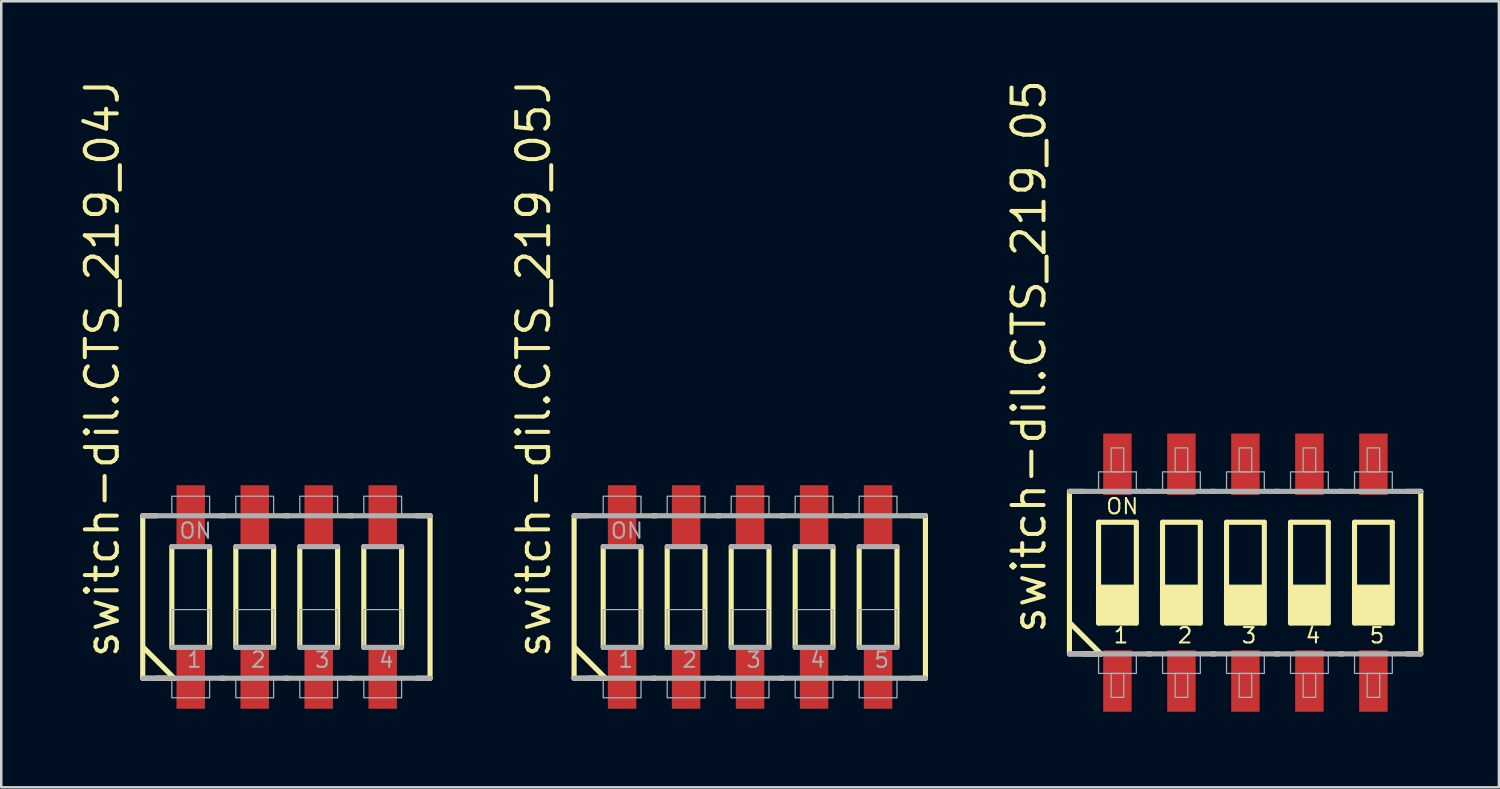
<source format=kicad_pcb>
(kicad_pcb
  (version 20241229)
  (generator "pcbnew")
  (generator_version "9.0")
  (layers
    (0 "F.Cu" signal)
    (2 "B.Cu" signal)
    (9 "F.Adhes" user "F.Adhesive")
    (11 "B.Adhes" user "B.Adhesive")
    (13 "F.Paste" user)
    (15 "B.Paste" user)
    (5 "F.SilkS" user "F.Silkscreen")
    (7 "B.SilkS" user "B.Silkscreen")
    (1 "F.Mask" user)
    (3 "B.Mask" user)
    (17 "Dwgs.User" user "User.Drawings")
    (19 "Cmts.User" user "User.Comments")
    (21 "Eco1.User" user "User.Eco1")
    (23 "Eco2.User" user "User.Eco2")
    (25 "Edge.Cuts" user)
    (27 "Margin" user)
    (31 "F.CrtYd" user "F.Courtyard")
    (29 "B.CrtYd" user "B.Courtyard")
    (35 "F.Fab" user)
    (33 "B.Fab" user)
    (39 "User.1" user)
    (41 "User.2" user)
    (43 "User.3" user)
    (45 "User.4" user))
  (footprint "switch-dil.CTS_219_05"
    (layer "F.Cu")
    (at 46.383 19.679)
    (property "Reference" "switch-dil.CTS_219_05" (at -7.85 2.5 90) (layer "F.SilkS") (effects (font (size 1.27 1.27) (thickness 0.16)) (justify left bottom)))
    (attr smd)
    (fp_line (start -6.985 -3.225) (end -6.43 -3.225) (stroke (width 0.203) (type default)) (layer "F.SilkS"))
    (fp_line (start -6.985 3.225) (end -6.985 -3.225) (stroke (width 0.203) (type default)) (layer "F.SilkS"))
    (fp_line (start -6.96 2) (end -5.735 3.225) (stroke (width 0.203) (type default)) (layer "F.SilkS"))
    (fp_line (start -6.43 3.225) (end -5.735 3.225) (stroke (width 0.203) (type default)) (layer "F.SilkS"))
    (fp_line (start -5.83 -2) (end -4.33 -2) (stroke (width 0.203) (type default)) (layer "F.SilkS"))
    (fp_line (start -5.83 2) (end -5.83 -2) (stroke (width 0.203) (type default)) (layer "F.SilkS"))
    (fp_line (start -5.735 3.225) (end -6.985 3.225) (stroke (width 0.203) (type default)) (layer "F.SilkS"))
    (fp_line (start -4.33 -2) (end -4.33 2) (stroke (width 0.203) (type default)) (layer "F.SilkS"))
    (fp_line (start -4.33 2) (end -5.83 2) (stroke (width 0.203) (type default)) (layer "F.SilkS"))
    (fp_line (start -3.89 3.225) (end -3.755 3.225) (stroke (width 0.203) (type default)) (layer "F.SilkS"))
    (fp_line (start -3.755 -3.225) (end -3.89 -3.225) (stroke (width 0.203) (type default)) (layer "F.SilkS"))
    (fp_line (start -3.29 -2) (end -1.79 -2) (stroke (width 0.203) (type default)) (layer "F.SilkS"))
    (fp_line (start -3.29 2) (end -3.29 -2) (stroke (width 0.203) (type default)) (layer "F.SilkS"))
    (fp_line (start -1.79 -2) (end -1.79 2) (stroke (width 0.203) (type default)) (layer "F.SilkS"))
    (fp_line (start -1.79 2) (end -3.29 2) (stroke (width 0.203) (type default)) (layer "F.SilkS"))
    (fp_line (start -1.35 3.225) (end -1.215 3.225) (stroke (width 0.203) (type default)) (layer "F.SilkS"))
    (fp_line (start -1.215 -3.225) (end -1.35 -3.225) (stroke (width 0.203) (type default)) (layer "F.SilkS"))
    (fp_line (start -0.75 -2) (end 0.75 -2) (stroke (width 0.203) (type default)) (layer "F.SilkS"))
    (fp_line (start -0.75 2) (end -0.75 -2) (stroke (width 0.203) (type default)) (layer "F.SilkS"))
    (fp_line (start 0.75 -2) (end 0.75 2) (stroke (width 0.203) (type default)) (layer "F.SilkS"))
    (fp_line (start 0.75 2) (end -0.75 2) (stroke (width 0.203) (type default)) (layer "F.SilkS"))
    (fp_line (start 1.19 3.225) (end 1.325 3.225) (stroke (width 0.203) (type default)) (layer "F.SilkS"))
    (fp_line (start 1.325 -3.225) (end 1.19 -3.225) (stroke (width 0.203) (type default)) (layer "F.SilkS"))
    (fp_line (start 1.79 -2) (end 3.29 -2) (stroke (width 0.203) (type default)) (layer "F.SilkS"))
    (fp_line (start 1.79 2) (end 1.79 -2) (stroke (width 0.203) (type default)) (layer "F.SilkS"))
    (fp_line (start 3.29 -2) (end 3.29 2) (stroke (width 0.203) (type default)) (layer "F.SilkS"))
    (fp_line (start 3.29 2) (end 1.79 2) (stroke (width 0.203) (type default)) (layer "F.SilkS"))
    (fp_line (start 3.73 3.225) (end 3.865 3.225) (stroke (width 0.203) (type default)) (layer "F.SilkS"))
    (fp_line (start 3.865 -3.225) (end 3.73 -3.225) (stroke (width 0.203) (type default)) (layer "F.SilkS"))
    (fp_line (start 4.33 -2) (end 5.83 -2) (stroke (width 0.203) (type default)) (layer "F.SilkS"))
    (fp_line (start 4.33 2) (end 4.33 -2) (stroke (width 0.203) (type default)) (layer "F.SilkS"))
    (fp_line (start 5.83 -2) (end 5.83 2) (stroke (width 0.203) (type default)) (layer "F.SilkS"))
    (fp_line (start 5.83 2) (end 4.33 2) (stroke (width 0.203) (type default)) (layer "F.SilkS"))
    (fp_line (start 6.405 -3.225) (end 6.96 -3.225) (stroke (width 0.203) (type default)) (layer "F.SilkS"))
    (fp_line (start 6.96 -3.225) (end 6.96 3.225) (stroke (width 0.203) (type default)) (layer "F.SilkS"))
    (fp_line (start 6.96 3.225) (end 6.405 3.225) (stroke (width 0.203) (type default)) (layer "F.SilkS"))
    (fp_rect (start -5.83 2) (end -4.33 0.5) (stroke (width 0.05) (type default)) (fill yes) (layer "F.SilkS"))
    (fp_rect (start -3.29 2) (end -1.79 0.5) (stroke (width 0.05) (type default)) (fill yes) (layer "F.SilkS"))
    (fp_rect (start -0.75 2) (end 0.75 0.5) (stroke (width 0.05) (type default)) (fill yes) (layer "F.SilkS"))
    (fp_rect (start 1.79 2) (end 3.29 0.5) (stroke (width 0.05) (type default)) (fill yes) (layer "F.SilkS"))
    (fp_rect (start 4.33 2) (end 5.83 0.5) (stroke (width 0.05) (type default)) (fill yes) (layer "F.SilkS"))
    (fp_line (start -6.985 -3.225) (end 6.96 -3.225) (stroke (width 0.203) (type default)) (layer "F.Fab"))
    (fp_line (start 6.96 3.225) (end -6.985 3.225) (stroke (width 0.203) (type default)) (layer "F.Fab"))
    (fp_rect (start -5.83 -3.25) (end -4.33 -4) (stroke (width 0.05) (type default)) (fill no) (layer "F.Fab"))
    (fp_rect (start -5.83 4) (end -4.33 3.25) (stroke (width 0.05) (type default)) (fill no) (layer "F.Fab"))
    (fp_rect (start -5.33 -4) (end -4.83 -4.95) (stroke (width 0.05) (type default)) (fill no) (layer "F.Fab"))
    (fp_rect (start -5.33 4.95) (end -4.83 4) (stroke (width 0.05) (type default)) (fill no) (layer "F.Fab"))
    (fp_rect (start -3.29 -3.25) (end -1.79 -4) (stroke (width 0.05) (type default)) (fill no) (layer "F.Fab"))
    (fp_rect (start -3.29 4) (end -1.79 3.25) (stroke (width 0.05) (type default)) (fill no) (layer "F.Fab"))
    (fp_rect (start -2.79 -4) (end -2.29 -4.95) (stroke (width 0.05) (type default)) (fill no) (layer "F.Fab"))
    (fp_rect (start -2.79 4.95) (end -2.29 4) (stroke (width 0.05) (type default)) (fill no) (layer "F.Fab"))
    (fp_rect (start -0.75 -3.25) (end 0.75 -4) (stroke (width 0.05) (type default)) (fill no) (layer "F.Fab"))
    (fp_rect (start -0.75 4) (end 0.75 3.25) (stroke (width 0.05) (type default)) (fill no) (layer "F.Fab"))
    (fp_rect (start -0.25 -4) (end 0.25 -4.95) (stroke (width 0.05) (type default)) (fill no) (layer "F.Fab"))
    (fp_rect (start -0.25 4.95) (end 0.25 4) (stroke (width 0.05) (type default)) (fill no) (layer "F.Fab"))
    (fp_rect (start 1.79 -3.25) (end 3.29 -4) (stroke (width 0.05) (type default)) (fill no) (layer "F.Fab"))
    (fp_rect (start 1.79 4) (end 3.29 3.25) (stroke (width 0.05) (type default)) (fill no) (layer "F.Fab"))
    (fp_rect (start 2.29 -4) (end 2.79 -4.95) (stroke (width 0.05) (type default)) (fill no) (layer "F.Fab"))
    (fp_rect (start 2.29 4.95) (end 2.79 4) (stroke (width 0.05) (type default)) (fill no) (layer "F.Fab"))
    (fp_rect (start 4.33 -3.25) (end 5.83 -4) (stroke (width 0.05) (type default)) (fill no) (layer "F.Fab"))
    (fp_rect (start 4.33 4) (end 5.83 3.25) (stroke (width 0.05) (type default)) (fill no) (layer "F.Fab"))
    (fp_rect (start 4.83 -4) (end 5.33 -4.95) (stroke (width 0.05) (type default)) (fill no) (layer "F.Fab"))
    (fp_rect (start 4.83 4.95) (end 5.33 4) (stroke (width 0.05) (type default)) (fill no) (layer "F.Fab"))
    (fp_text user "ON" (at -5.58 -2.275 0) (layer "F.SilkS") (effects (font (size 0.61 0.61) (thickness 0.08)) (justify left bottom)))
    (fp_text user "4" (at 2.34 2.85 0) (layer "F.SilkS") (effects (font (size 0.61 0.61) (thickness 0.08)) (justify left bottom)))
    (fp_text user "2" (at -2.74 2.85 0) (layer "F.SilkS") (effects (font (size 0.61 0.61) (thickness 0.08)) (justify left bottom)))
    (fp_text user "3" (at -0.2 2.85 0) (layer "F.SilkS") (effects (font (size 0.61 0.61) (thickness 0.08)) (justify left bottom)))
    (fp_text user "5" (at 4.88 2.85 0) (layer "F.SilkS") (effects (font (size 0.61 0.61) (thickness 0.08)) (justify left bottom)))
    (fp_text user "1" (at -5.28 2.85 0) (layer "F.SilkS") (effects (font (size 0.61 0.61) (thickness 0.08)) (justify left bottom)))
    (pad "1" smd roundrect (at -5.08 4.3) (size 1.13 2.44) (layers "F.Cu" "F.Mask" "F.Paste") (roundrect_rratio 0.01))
    (pad "2" smd roundrect (at -2.54 4.3) (size 1.13 2.44) (layers "F.Cu" "F.Mask" "F.Paste") (roundrect_rratio 0.01))
    (pad "3" smd roundrect (at 0 4.3) (size 1.13 2.44) (layers "F.Cu" "F.Mask" "F.Paste") (roundrect_rratio 0.01))
    (pad "4" smd roundrect (at 2.54 4.3) (size 1.13 2.44) (layers "F.Cu" "F.Mask" "F.Paste") (roundrect_rratio 0.01))
    (pad "5" smd roundrect (at 5.08 4.3) (size 1.13 2.44) (layers "F.Cu" "F.Mask" "F.Paste") (roundrect_rratio 0.01))
    (pad "6" smd roundrect (at 5.08 -4.3 180) (size 1.13 2.44) (layers "F.Cu" "F.Mask" "F.Paste") (roundrect_rratio 0.01))
    (pad "7" smd roundrect (at 2.54 -4.3 180) (size 1.13 2.44) (layers "F.Cu" "F.Mask" "F.Paste") (roundrect_rratio 0.01))
    (pad "8" smd roundrect (at 0 -4.3 180) (size 1.13 2.44) (layers "F.Cu" "F.Mask" "F.Paste") (roundrect_rratio 0.01))
    (pad "9" smd roundrect (at -2.54 -4.3 180) (size 1.13 2.44) (layers "F.Cu" "F.Mask" "F.Paste") (roundrect_rratio 0.01))
    (pad "10" smd roundrect (at -5.08 -4.3 180) (size 1.13 2.44) (layers "F.Cu" "F.Mask" "F.Paste") (roundrect_rratio 0.01)))
  (footprint "switch-dil.CTS_219_05J"
    (layer "F.Cu")
    (at 26.722 20.646)
    (property "Reference" "switch-dil.CTS_219_05J" (at -7.85 2.5 90) (layer "F.SilkS") (effects (font (size 1.27 1.27) (thickness 0.16)) (justify left bottom)))
    (attr smd)
    (fp_line (start -6.985 -3.225) (end -6.43 -3.225) (stroke (width 0.203) (type default)) (layer "F.SilkS"))
    (fp_line (start -6.985 3.225) (end -6.985 -3.225) (stroke (width 0.203) (type default)) (layer "F.SilkS"))
    (fp_line (start -6.96 2) (end -5.735 3.225) (stroke (width 0.203) (type default)) (layer "F.SilkS"))
    (fp_line (start -6.43 3.225) (end -5.735 3.225) (stroke (width 0.203) (type default)) (layer "F.SilkS"))
    (fp_line (start -5.83 2) (end -5.83 -2) (stroke (width 0.203) (type default)) (layer "F.SilkS"))
    (fp_line (start -5.735 3.225) (end -6.985 3.225) (stroke (width 0.203) (type default)) (layer "F.SilkS"))
    (fp_line (start -4.33 -2) (end -4.33 2) (stroke (width 0.203) (type default)) (layer "F.SilkS"))
    (fp_line (start -3.89 3.225) (end -3.755 3.225) (stroke (width 0.203) (type default)) (layer "F.SilkS"))
    (fp_line (start -3.73 -3.225) (end -3.865 -3.225) (stroke (width 0.203) (type default)) (layer "F.SilkS"))
    (fp_line (start -3.29 2) (end -3.29 -2) (stroke (width 0.203) (type default)) (layer "F.SilkS"))
    (fp_line (start -1.79 -2) (end -1.79 2) (stroke (width 0.203) (type default)) (layer "F.SilkS"))
    (fp_line (start -1.35 3.225) (end -1.215 3.225) (stroke (width 0.203) (type default)) (layer "F.SilkS"))
    (fp_line (start -1.19 -3.225) (end -1.325 -3.225) (stroke (width 0.203) (type default)) (layer "F.SilkS"))
    (fp_line (start -0.75 2) (end -0.75 -2) (stroke (width 0.203) (type default)) (layer "F.SilkS"))
    (fp_line (start 0.75 -2) (end 0.75 2) (stroke (width 0.203) (type default)) (layer "F.SilkS"))
    (fp_line (start 1.19 3.225) (end 1.325 3.225) (stroke (width 0.203) (type default)) (layer "F.SilkS"))
    (fp_line (start 1.35 -3.225) (end 1.215 -3.225) (stroke (width 0.203) (type default)) (layer "F.SilkS"))
    (fp_line (start 1.79 2) (end 1.79 -2) (stroke (width 0.203) (type default)) (layer "F.SilkS"))
    (fp_line (start 3.29 -2) (end 3.29 2) (stroke (width 0.203) (type default)) (layer "F.SilkS"))
    (fp_line (start 3.73 3.225) (end 3.865 3.225) (stroke (width 0.203) (type default)) (layer "F.SilkS"))
    (fp_line (start 3.89 -3.225) (end 3.755 -3.225) (stroke (width 0.203) (type default)) (layer "F.SilkS"))
    (fp_line (start 4.33 2) (end 4.33 -2) (stroke (width 0.203) (type default)) (layer "F.SilkS"))
    (fp_line (start 5.83 -2) (end 5.83 2) (stroke (width 0.203) (type default)) (layer "F.SilkS"))
    (fp_line (start 6.405 -3.225) (end 6.96 -3.225) (stroke (width 0.203) (type default)) (layer "F.SilkS"))
    (fp_line (start 6.96 -3.225) (end 6.96 3.225) (stroke (width 0.203) (type default)) (layer "F.SilkS"))
    (fp_line (start 6.96 3.225) (end 6.405 3.225) (stroke (width 0.203) (type default)) (layer "F.SilkS"))
    (fp_line (start -6.985 -3.225) (end 6.96 -3.225) (stroke (width 0.203) (type default)) (layer "F.Fab"))
    (fp_line (start -5.83 -2) (end -4.33 -2) (stroke (width 0.203) (type default)) (layer "F.Fab"))
    (fp_line (start -4.33 2) (end -5.83 2) (stroke (width 0.203) (type default)) (layer "F.Fab"))
    (fp_line (start -3.29 -2) (end -1.79 -2) (stroke (width 0.203) (type default)) (layer "F.Fab"))
    (fp_line (start -1.79 2) (end -3.29 2) (stroke (width 0.203) (type default)) (layer "F.Fab"))
    (fp_line (start -0.75 -2) (end 0.75 -2) (stroke (width 0.203) (type default)) (layer "F.Fab"))
    (fp_line (start 0.75 2) (end -0.75 2) (stroke (width 0.203) (type default)) (layer "F.Fab"))
    (fp_line (start 1.79 -2) (end 3.29 -2) (stroke (width 0.203) (type default)) (layer "F.Fab"))
    (fp_line (start 3.29 2) (end 1.79 2) (stroke (width 0.203) (type default)) (layer "F.Fab"))
    (fp_line (start 4.33 -2) (end 5.83 -2) (stroke (width 0.203) (type default)) (layer "F.Fab"))
    (fp_line (start 5.83 2) (end 4.33 2) (stroke (width 0.203) (type default)) (layer "F.Fab"))
    (fp_line (start 6.96 3.225) (end -6.985 3.225) (stroke (width 0.203) (type default)) (layer "F.Fab"))
    (fp_rect (start -5.83 -3.25) (end -4.33 -4) (stroke (width 0.05) (type default)) (fill no) (layer "F.Fab"))
    (fp_rect (start -5.83 2) (end -4.33 0.5) (stroke (width 0.05) (type default)) (fill no) (layer "F.Fab"))
    (fp_rect (start -5.83 4) (end -4.33 3.25) (stroke (width 0.05) (type default)) (fill no) (layer "F.Fab"))
    (fp_rect (start -3.29 -3.25) (end -1.79 -4) (stroke (width 0.05) (type default)) (fill no) (layer "F.Fab"))
    (fp_rect (start -3.29 2) (end -1.79 0.5) (stroke (width 0.05) (type default)) (fill no) (layer "F.Fab"))
    (fp_rect (start -3.29 4) (end -1.79 3.25) (stroke (width 0.05) (type default)) (fill no) (layer "F.Fab"))
    (fp_rect (start -0.75 -3.25) (end 0.75 -4) (stroke (width 0.05) (type default)) (fill no) (layer "F.Fab"))
    (fp_rect (start -0.75 2) (end 0.75 0.5) (stroke (width 0.05) (type default)) (fill no) (layer "F.Fab"))
    (fp_rect (start -0.75 4) (end 0.75 3.25) (stroke (width 0.05) (type default)) (fill no) (layer "F.Fab"))
    (fp_rect (start 1.79 -3.25) (end 3.29 -4) (stroke (width 0.05) (type default)) (fill no) (layer "F.Fab"))
    (fp_rect (start 1.79 2) (end 3.29 0.5) (stroke (width 0.05) (type default)) (fill no) (layer "F.Fab"))
    (fp_rect (start 1.79 4) (end 3.29 3.25) (stroke (width 0.05) (type default)) (fill no) (layer "F.Fab"))
    (fp_rect (start 4.33 -3.25) (end 5.83 -4) (stroke (width 0.05) (type default)) (fill no) (layer "F.Fab"))
    (fp_rect (start 4.33 2) (end 5.83 0.5) (stroke (width 0.05) (type default)) (fill no) (layer "F.Fab"))
    (fp_rect (start 4.33 4) (end 5.83 3.25) (stroke (width 0.05) (type default)) (fill no) (layer "F.Fab"))
    (fp_text user "3" (at -0.2 2.85 0) (layer "F.Fab") (effects (font (size 0.61 0.61) (thickness 0.08)) (justify left bottom)))
    (fp_text user "2" (at -2.74 2.85 0) (layer "F.Fab") (effects (font (size 0.61 0.61) (thickness 0.08)) (justify left bottom)))
    (fp_text user "4" (at 2.34 2.85 0) (layer "F.Fab") (effects (font (size 0.61 0.61) (thickness 0.08)) (justify left bottom)))
    (fp_text user "ON" (at -5.58 -2.275 0) (layer "F.Fab") (effects (font (size 0.61 0.61) (thickness 0.08)) (justify left bottom)))
    (fp_text user "1" (at -5.28 2.85 0) (layer "F.Fab") (effects (font (size 0.61 0.61) (thickness 0.08)) (justify left bottom)))
    (fp_text user "5" (at 4.88 2.85 0) (layer "F.Fab") (effects (font (size 0.61 0.61) (thickness 0.08)) (justify left bottom)))
    (pad "1" smd roundrect (at -5.08 3.215) (size 1.13 2.44) (layers "F.Cu" "F.Mask" "F.Paste") (roundrect_rratio 0.01))
    (pad "2" smd roundrect (at -2.54 3.215) (size 1.13 2.44) (layers "F.Cu" "F.Mask" "F.Paste") (roundrect_rratio 0.01))
    (pad "3" smd roundrect (at 0 3.215) (size 1.13 2.44) (layers "F.Cu" "F.Mask" "F.Paste") (roundrect_rratio 0.01))
    (pad "4" smd roundrect (at 2.54 3.215) (size 1.13 2.44) (layers "F.Cu" "F.Mask" "F.Paste") (roundrect_rratio 0.01))
    (pad "5" smd roundrect (at 5.08 3.215) (size 1.13 2.44) (layers "F.Cu" "F.Mask" "F.Paste") (roundrect_rratio 0.01))
    (pad "6" smd roundrect (at 5.08 -3.215 180) (size 1.13 2.44) (layers "F.Cu" "F.Mask" "F.Paste") (roundrect_rratio 0.01))
    (pad "7" smd roundrect (at 2.54 -3.215 180) (size 1.13 2.44) (layers "F.Cu" "F.Mask" "F.Paste") (roundrect_rratio 0.01))
    (pad "8" smd roundrect (at 0 -3.215 180) (size 1.13 2.44) (layers "F.Cu" "F.Mask" "F.Paste") (roundrect_rratio 0.01))
    (pad "9" smd roundrect (at -2.54 -3.215 180) (size 1.13 2.44) (layers "F.Cu" "F.Mask" "F.Paste") (roundrect_rratio 0.01))
    (pad "10" smd roundrect (at -5.08 -3.215 180) (size 1.13 2.44) (layers "F.Cu" "F.Mask" "F.Paste") (roundrect_rratio 0.01)))
  (footprint "switch-dil.CTS_219_04J"
    (layer "F.Cu")
    (at 8.33 20.646)
    (property "Reference" "switch-dil.CTS_219_04J" (at -6.58 2.5 90) (layer "F.SilkS") (effects (font (size 1.27 1.27) (thickness 0.16)) (justify left bottom)))
    (attr smd)
    (fp_line (start -5.715 -3.225) (end -5.16 -3.225) (stroke (width 0.203) (type default)) (layer "F.SilkS"))
    (fp_line (start -5.715 3.225) (end -5.715 -3.225) (stroke (width 0.203) (type default)) (layer "F.SilkS"))
    (fp_line (start -5.69 2) (end -4.465 3.225) (stroke (width 0.203) (type default)) (layer "F.SilkS"))
    (fp_line (start -5.16 3.225) (end -4.465 3.225) (stroke (width 0.203) (type default)) (layer "F.SilkS"))
    (fp_line (start -4.56 2) (end -4.56 -2) (stroke (width 0.203) (type default)) (layer "F.SilkS"))
    (fp_line (start -4.465 3.225) (end -5.715 3.225) (stroke (width 0.203) (type default)) (layer "F.SilkS"))
    (fp_line (start -3.06 -2) (end -3.06 2) (stroke (width 0.203) (type default)) (layer "F.SilkS"))
    (fp_line (start -2.62 3.225) (end -2.485 3.225) (stroke (width 0.203) (type default)) (layer "F.SilkS"))
    (fp_line (start -2.46 -3.225) (end -2.595 -3.225) (stroke (width 0.203) (type default)) (layer "F.SilkS"))
    (fp_line (start -2.02 2) (end -2.02 -2) (stroke (width 0.203) (type default)) (layer "F.SilkS"))
    (fp_line (start -0.52 -2) (end -0.52 2) (stroke (width 0.203) (type default)) (layer "F.SilkS"))
    (fp_line (start -0.08 3.225) (end 0.055 3.225) (stroke (width 0.203) (type default)) (layer "F.SilkS"))
    (fp_line (start 0.08 -3.225) (end -0.055 -3.225) (stroke (width 0.203) (type default)) (layer "F.SilkS"))
    (fp_line (start 0.52 2) (end 0.52 -2) (stroke (width 0.203) (type default)) (layer "F.SilkS"))
    (fp_line (start 2.02 -2) (end 2.02 2) (stroke (width 0.203) (type default)) (layer "F.SilkS"))
    (fp_line (start 2.46 3.225) (end 2.595 3.225) (stroke (width 0.203) (type default)) (layer "F.SilkS"))
    (fp_line (start 2.62 -3.225) (end 2.485 -3.225) (stroke (width 0.203) (type default)) (layer "F.SilkS"))
    (fp_line (start 3.06 2) (end 3.06 -2) (stroke (width 0.203) (type default)) (layer "F.SilkS"))
    (fp_line (start 4.56 -2) (end 4.56 2) (stroke (width 0.203) (type default)) (layer "F.SilkS"))
    (fp_line (start 5.135 -3.225) (end 5.69 -3.225) (stroke (width 0.203) (type default)) (layer "F.SilkS"))
    (fp_line (start 5.69 -3.225) (end 5.69 3.225) (stroke (width 0.203) (type default)) (layer "F.SilkS"))
    (fp_line (start 5.69 3.225) (end 5.135 3.225) (stroke (width 0.203) (type default)) (layer "F.SilkS"))
    (fp_line (start -5.715 -3.225) (end 5.69 -3.225) (stroke (width 0.203) (type default)) (layer "F.Fab"))
    (fp_line (start -4.56 -2) (end -3.06 -2) (stroke (width 0.203) (type default)) (layer "F.Fab"))
    (fp_line (start -3.06 2) (end -4.56 2) (stroke (width 0.203) (type default)) (layer "F.Fab"))
    (fp_line (start -2.02 -2) (end -0.52 -2) (stroke (width 0.203) (type default)) (layer "F.Fab"))
    (fp_line (start -0.52 2) (end -2.02 2) (stroke (width 0.203) (type default)) (layer "F.Fab"))
    (fp_line (start 0.52 -2) (end 2.02 -2) (stroke (width 0.203) (type default)) (layer "F.Fab"))
    (fp_line (start 2.02 2) (end 0.52 2) (stroke (width 0.203) (type default)) (layer "F.Fab"))
    (fp_line (start 3.06 -2) (end 4.56 -2) (stroke (width 0.203) (type default)) (layer "F.Fab"))
    (fp_line (start 4.56 2) (end 3.06 2) (stroke (width 0.203) (type default)) (layer "F.Fab"))
    (fp_line (start 5.69 3.225) (end -5.715 3.225) (stroke (width 0.203) (type default)) (layer "F.Fab"))
    (fp_rect (start -4.56 -3.25) (end -3.06 -4) (stroke (width 0.05) (type default)) (fill no) (layer "F.Fab"))
    (fp_rect (start -4.56 2) (end -3.06 0.5) (stroke (width 0.05) (type default)) (fill no) (layer "F.Fab"))
    (fp_rect (start -4.56 4) (end -3.06 3.25) (stroke (width 0.05) (type default)) (fill no) (layer "F.Fab"))
    (fp_rect (start -2.02 -3.25) (end -0.52 -4) (stroke (width 0.05) (type default)) (fill no) (layer "F.Fab"))
    (fp_rect (start -2.02 2) (end -0.52 0.5) (stroke (width 0.05) (type default)) (fill no) (layer "F.Fab"))
    (fp_rect (start -2.02 4) (end -0.52 3.25) (stroke (width 0.05) (type default)) (fill no) (layer "F.Fab"))
    (fp_rect (start 0.52 -3.25) (end 2.02 -4) (stroke (width 0.05) (type default)) (fill no) (layer "F.Fab"))
    (fp_rect (start 0.52 2) (end 2.02 0.5) (stroke (width 0.05) (type default)) (fill no) (layer "F.Fab"))
    (fp_rect (start 0.52 4) (end 2.02 3.25) (stroke (width 0.05) (type default)) (fill no) (layer "F.Fab"))
    (fp_rect (start 3.06 -3.25) (end 4.56 -4) (stroke (width 0.05) (type default)) (fill no) (layer "F.Fab"))
    (fp_rect (start 3.06 2) (end 4.56 0.5) (stroke (width 0.05) (type default)) (fill no) (layer "F.Fab"))
    (fp_rect (start 3.06 4) (end 4.56 3.25) (stroke (width 0.05) (type default)) (fill no) (layer "F.Fab"))
    (fp_text user "4" (at 3.61 2.85 0) (layer "F.Fab") (effects (font (size 0.61 0.61) (thickness 0.08)) (justify left bottom)))
    (fp_text user "1" (at -4.01 2.85 0) (layer "F.Fab") (effects (font (size 0.61 0.61) (thickness 0.08)) (justify left bottom)))
    (fp_text user "2" (at -1.47 2.85 0) (layer "F.Fab") (effects (font (size 0.61 0.61) (thickness 0.08)) (justify left bottom)))
    (fp_text user "3" (at 1.07 2.85 0) (layer "F.Fab") (effects (font (size 0.61 0.61) (thickness 0.08)) (justify left bottom)))
    (fp_text user "ON" (at -4.31 -2.275 0) (layer "F.Fab") (effects (font (size 0.61 0.61) (thickness 0.08)) (justify left bottom)))
    (pad "1" smd roundrect (at -3.81 3.215) (size 1.13 2.44) (layers "F.Cu" "F.Mask" "F.Paste") (roundrect_rratio 0.01))
    (pad "2" smd roundrect (at -1.27 3.215) (size 1.13 2.44) (layers "F.Cu" "F.Mask" "F.Paste") (roundrect_rratio 0.01))
    (pad "3" smd roundrect (at 1.27 3.215) (size 1.13 2.44) (layers "F.Cu" "F.Mask" "F.Paste") (roundrect_rratio 0.01))
    (pad "4" smd roundrect (at 3.81 3.215) (size 1.13 2.44) (layers "F.Cu" "F.Mask" "F.Paste") (roundrect_rratio 0.01))
    (pad "5" smd roundrect (at 3.81 -3.215 180) (size 1.13 2.44) (layers "F.Cu" "F.Mask" "F.Paste") (roundrect_rratio 0.01))
    (pad "6" smd roundrect (at 1.27 -3.215 180) (size 1.13 2.44) (layers "F.Cu" "F.Mask" "F.Paste") (roundrect_rratio 0.01))
    (pad "7" smd roundrect (at -1.27 -3.215 180) (size 1.13 2.44) (layers "F.Cu" "F.Mask" "F.Paste") (roundrect_rratio 0.01))
    (pad "8" smd roundrect (at -3.81 -3.215 180) (size 1.13 2.44) (layers "F.Cu" "F.Mask" "F.Paste") (roundrect_rratio 0.01)))
  (gr_rect
    (start -3 -3)
    (end 56.445 28.199)
    (stroke (width 0.1) (type default))
    (fill no)
    (layer "Edge.Cuts")))
</source>
